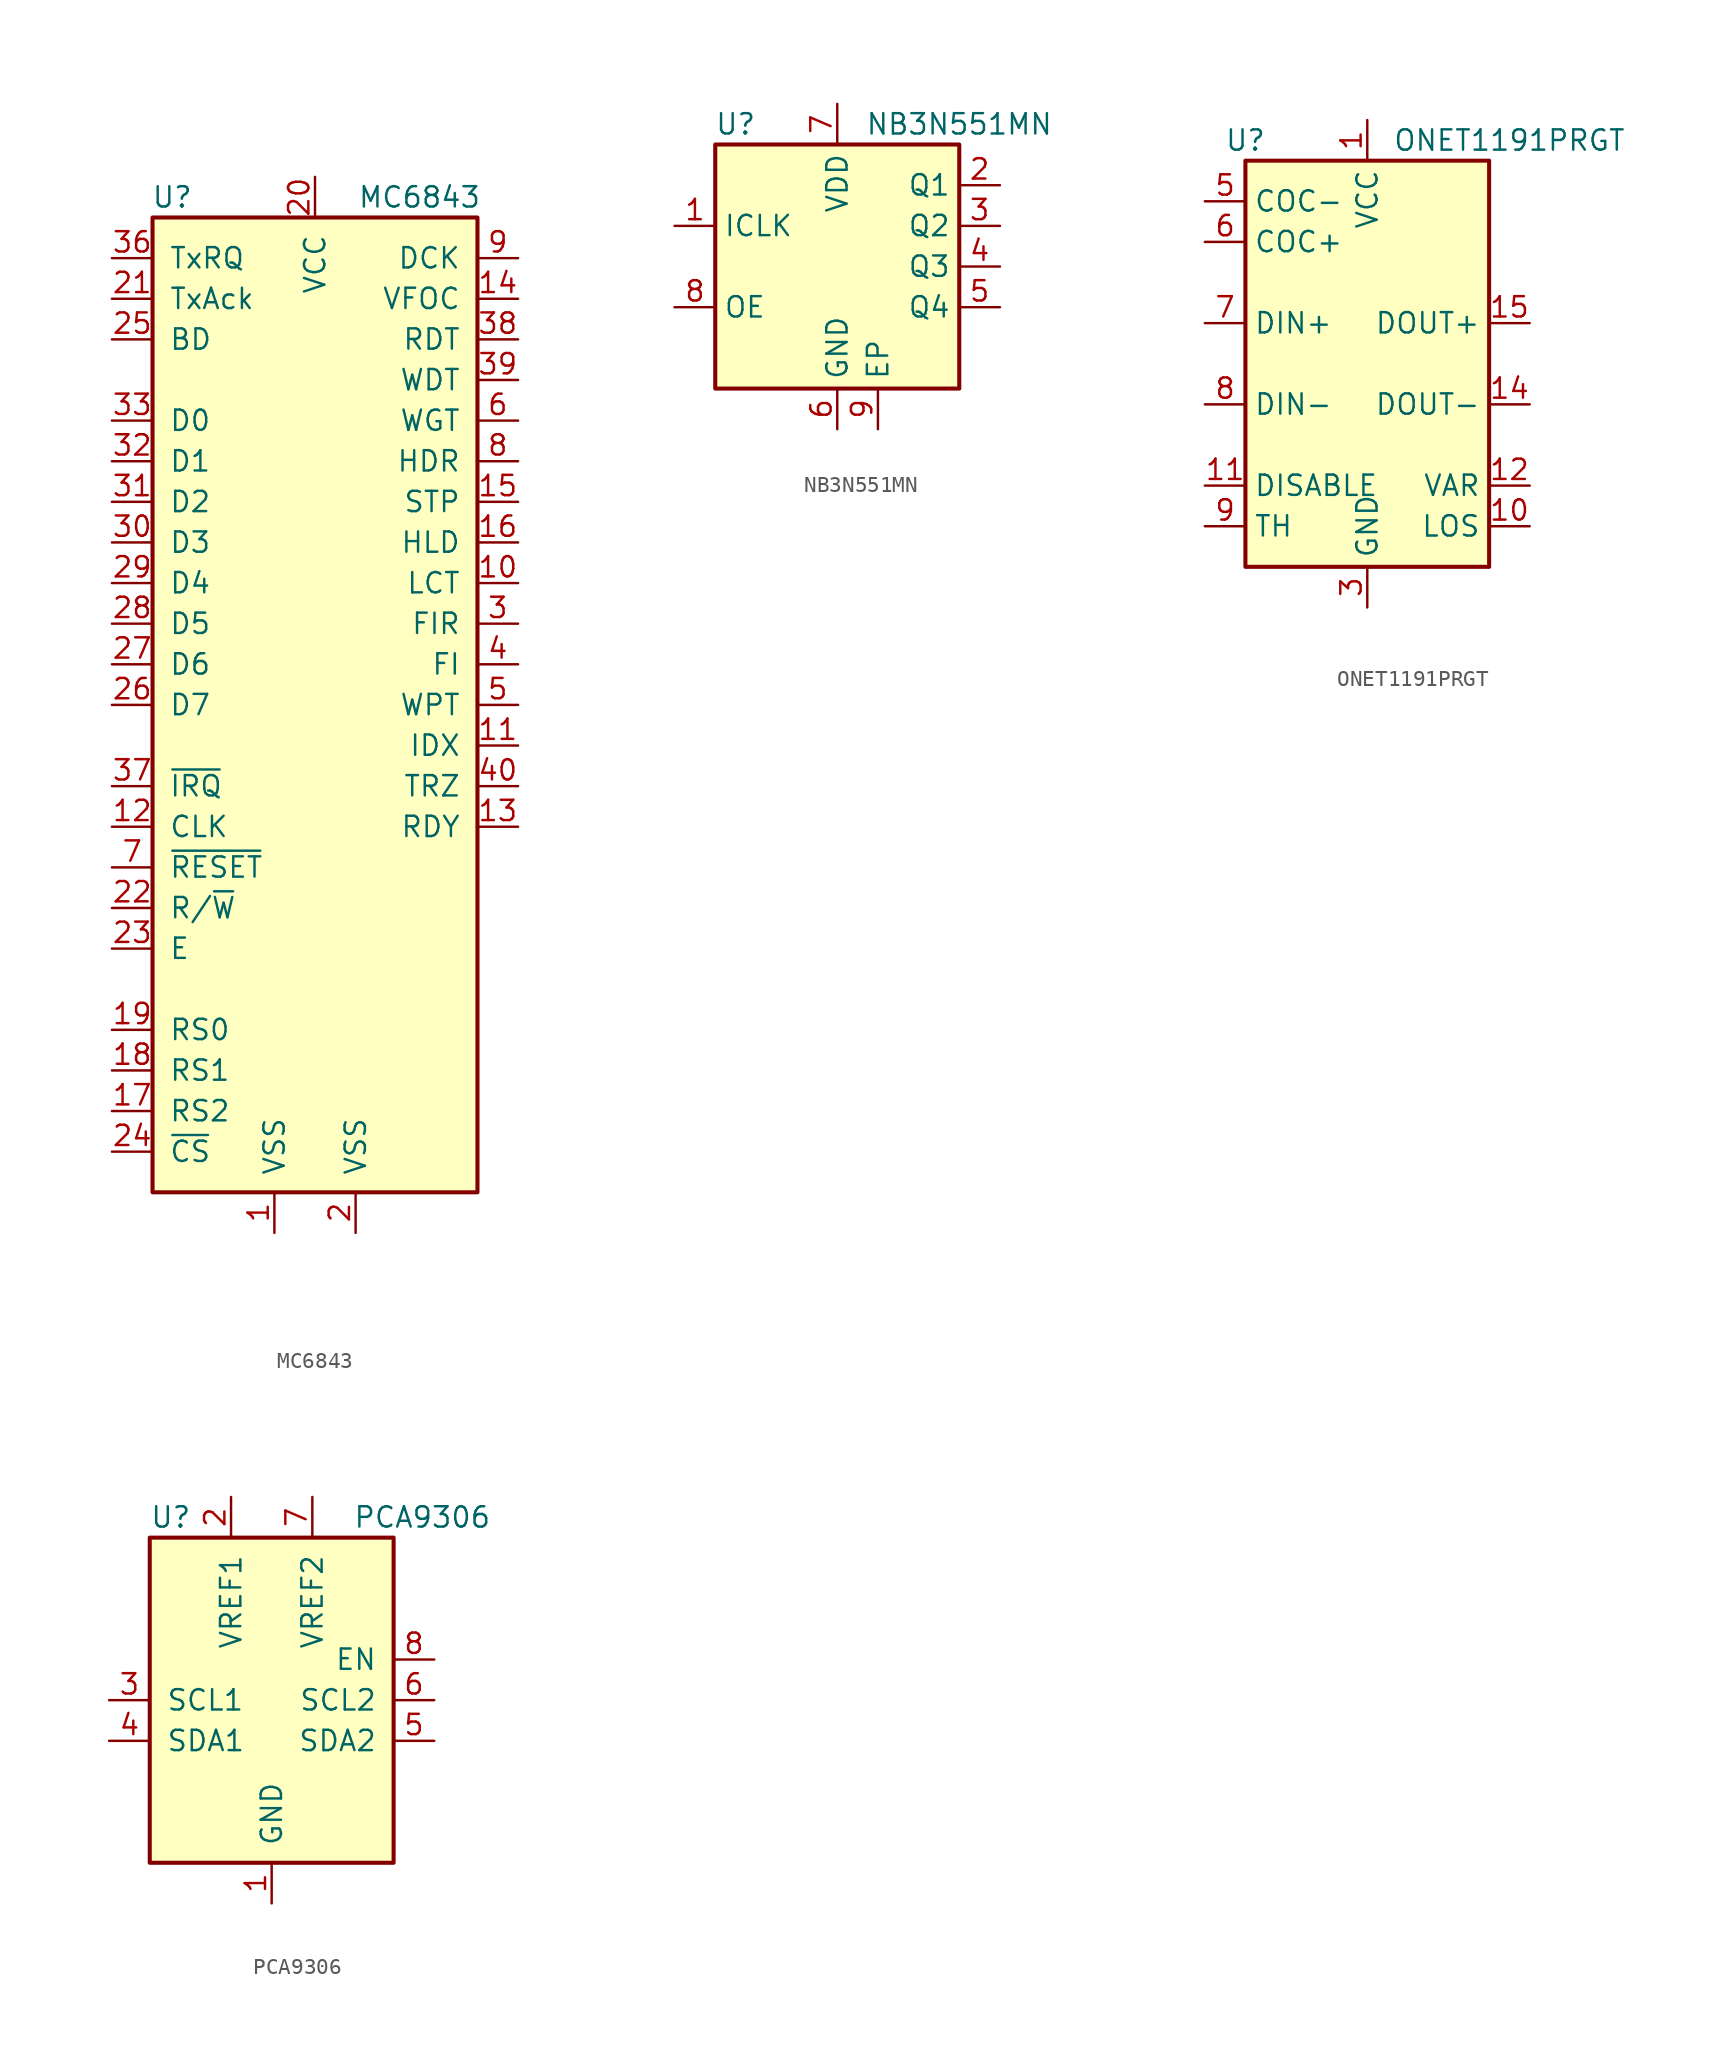
<source format=kicad_sym>
(kicad_symbol_lib
  (version 20201005)
  (generator kicad_symbol_editor)
  (symbol "MC6843"
    (pin_names
      (offset 1.016))
    (property "Reference" "U"
      (at -7.62 34.29 0)
      (effects (font (size 1.27 1.27)) (justify right)))
    (property "Value" "MC6843"
      (at 10.414 34.29 0)
      (effects (font (size 1.27 1.27)) (justify right)))
    (symbol "MC6843_0_1"
      (rectangle (start -10.16 -27.94) (end 10.16 33.02) (stroke (width 0.254)) (fill (type background))))
    (symbol "MC6843_1_1"
      (pin power_in line (at -2.54 -30.48 90) (length 2.54) (name "VSS" (effects (font (size 1.27 1.27)))) (number "1" (effects (font (size 1.27 1.27)))))
      (pin output line (at 12.7 10.16 180) (length 2.54) (name "LCT" (effects (font (size 1.27 1.27)))) (number "10" (effects (font (size 1.27 1.27)))))
      (pin input line (at 12.7 0 180) (length 2.54) (name "IDX" (effects (font (size 1.27 1.27)))) (number "11" (effects (font (size 1.27 1.27)))))
      (pin input line (at -12.7 -5.08 0) (length 2.54) (name "CLK" (effects (font (size 1.27 1.27)))) (number "12" (effects (font (size 1.27 1.27)))))
      (pin input line (at 12.7 -5.08 180) (length 2.54) (name "RDY" (effects (font (size 1.27 1.27)))) (number "13" (effects (font (size 1.27 1.27)))))
      (pin output line (at 12.7 27.94 180) (length 2.54) (name "VFOC" (effects (font (size 1.27 1.27)))) (number "14" (effects (font (size 1.27 1.27)))))
      (pin output line (at 12.7 15.24 180) (length 2.54) (name "STP" (effects (font (size 1.27 1.27)))) (number "15" (effects (font (size 1.27 1.27)))))
      (pin output line (at 12.7 12.7 180) (length 2.54) (name "HLD" (effects (font (size 1.27 1.27)))) (number "16" (effects (font (size 1.27 1.27)))))
      (pin input line (at -12.7 -22.86 0) (length 2.54) (name "RS2" (effects (font (size 1.27 1.27)))) (number "17" (effects (font (size 1.27 1.27)))))
      (pin input line (at -12.7 -20.32 0) (length 2.54) (name "RS1" (effects (font (size 1.27 1.27)))) (number "18" (effects (font (size 1.27 1.27)))))
      (pin input line (at -12.7 -17.78 0) (length 2.54) (name "RS0" (effects (font (size 1.27 1.27)))) (number "19" (effects (font (size 1.27 1.27)))))
      (pin power_in line (at 2.54 -30.48 90) (length 2.54) (name "VSS" (effects (font (size 1.27 1.27)))) (number "2" (effects (font (size 1.27 1.27)))))
      (pin power_in line (at 0 35.56 270) (length 2.54) (name "VCC" (effects (font (size 1.27 1.27)))) (number "20" (effects (font (size 1.27 1.27)))))
      (pin input line (at -12.7 27.94 0) (length 2.54) (name "TxAck" (effects (font (size 1.27 1.27)))) (number "21" (effects (font (size 1.27 1.27)))))
      (pin input line (at -12.7 -10.16 0) (length 2.54) (name "R/~W" (effects (font (size 1.27 1.27)))) (number "22" (effects (font (size 1.27 1.27)))))
      (pin input line (at -12.7 -12.7 0) (length 2.54) (name "E" (effects (font (size 1.27 1.27)))) (number "23" (effects (font (size 1.27 1.27)))))
      (pin input line (at -12.7 -25.4 0) (length 2.54) (name "~CS" (effects (font (size 1.27 1.27)))) (number "24" (effects (font (size 1.27 1.27)))))
      (pin output line (at -12.7 25.4 0) (length 2.54) (name "BD" (effects (font (size 1.27 1.27)))) (number "25" (effects (font (size 1.27 1.27)))))
      (pin bidirectional line (at -12.7 2.54 0) (length 2.54) (name "D7" (effects (font (size 1.27 1.27)))) (number "26" (effects (font (size 1.27 1.27)))))
      (pin bidirectional line (at -12.7 5.08 0) (length 2.54) (name "D6" (effects (font (size 1.27 1.27)))) (number "27" (effects (font (size 1.27 1.27)))))
      (pin bidirectional line (at -12.7 7.62 0) (length 2.54) (name "D5" (effects (font (size 1.27 1.27)))) (number "28" (effects (font (size 1.27 1.27)))))
      (pin bidirectional line (at -12.7 10.16 0) (length 2.54) (name "D4" (effects (font (size 1.27 1.27)))) (number "29" (effects (font (size 1.27 1.27)))))
      (pin output line (at 12.7 7.62 180) (length 2.54) (name "FIR" (effects (font (size 1.27 1.27)))) (number "3" (effects (font (size 1.27 1.27)))))
      (pin bidirectional line (at -12.7 12.7 0) (length 2.54) (name "D3" (effects (font (size 1.27 1.27)))) (number "30" (effects (font (size 1.27 1.27)))))
      (pin bidirectional line (at -12.7 15.24 0) (length 2.54) (name "D2" (effects (font (size 1.27 1.27)))) (number "31" (effects (font (size 1.27 1.27)))))
      (pin bidirectional line (at -12.7 17.78 0) (length 2.54) (name "D1" (effects (font (size 1.27 1.27)))) (number "32" (effects (font (size 1.27 1.27)))))
      (pin bidirectional line (at -12.7 20.32 0) (length 2.54) (name "D0" (effects (font (size 1.27 1.27)))) (number "33" (effects (font (size 1.27 1.27)))))
      (pin no_connect line (at 10.16 -17.78 180) (length 2.54) hide (name "NC" (effects (font (size 1.27 1.27)))) (number "34" (effects (font (size 1.27 1.27)))))
      (pin no_connect line (at 10.16 -20.32 180) (length 2.54) hide (name "NC" (effects (font (size 1.27 1.27)))) (number "35" (effects (font (size 1.27 1.27)))))
      (pin output line (at -12.7 30.48 0) (length 2.54) (name "TxRQ" (effects (font (size 1.27 1.27)))) (number "36" (effects (font (size 1.27 1.27)))))
      (pin open_collector line (at -12.7 -2.54 0) (length 2.54) (name "~IRQ" (effects (font (size 1.27 1.27)))) (number "37" (effects (font (size 1.27 1.27)))))
      (pin input line (at 12.7 25.4 180) (length 2.54) (name "RDT" (effects (font (size 1.27 1.27)))) (number "38" (effects (font (size 1.27 1.27)))))
      (pin output line (at 12.7 22.86 180) (length 2.54) (name "WDT" (effects (font (size 1.27 1.27)))) (number "39" (effects (font (size 1.27 1.27)))))
      (pin input line (at 12.7 5.08 180) (length 2.54) (name "FI" (effects (font (size 1.27 1.27)))) (number "4" (effects (font (size 1.27 1.27)))))
      (pin input line (at 12.7 -2.54 180) (length 2.54) (name "TRZ" (effects (font (size 1.27 1.27)))) (number "40" (effects (font (size 1.27 1.27)))))
      (pin input line (at 12.7 2.54 180) (length 2.54) (name "WPT" (effects (font (size 1.27 1.27)))) (number "5" (effects (font (size 1.27 1.27)))))
      (pin output line (at 12.7 20.32 180) (length 2.54) (name "WGT" (effects (font (size 1.27 1.27)))) (number "6" (effects (font (size 1.27 1.27)))))
      (pin input line (at -12.7 -7.62 0) (length 2.54) (name "~RESET" (effects (font (size 1.27 1.27)))) (number "7" (effects (font (size 1.27 1.27)))))
      (pin output line (at 12.7 17.78 180) (length 2.54) (name "HDR" (effects (font (size 1.27 1.27)))) (number "8" (effects (font (size 1.27 1.27)))))
      (pin input line (at 12.7 30.48 180) (length 2.54) (name "DCK" (effects (font (size 1.27 1.27)))) (number "9" (effects (font (size 1.27 1.27)))))))
  (symbol "NB3N551MN"
    (property "Reference" "U"
      (at -6.35 8.89 0)
      (effects (font (size 1.27 1.27))))
    (property "Value" "NB3N551MN"
      (at 7.62 8.89 0)
      (effects (font (size 1.27 1.27))))
    (symbol "NB3N551MN_0_1"
      (rectangle (start -7.62 7.62) (end 7.62 -7.62) (stroke (width 0.254)) (fill (type background))))
    (symbol "NB3N551MN_1_1"
      (pin input line (at -10.16 2.54 0) (length 2.54) (name "ICLK" (effects (font (size 1.27 1.27)))) (number "1" (effects (font (size 1.27 1.27)))))
      (pin output line (at 10.16 5.08 180) (length 2.54) (name "Q1" (effects (font (size 1.27 1.27)))) (number "2" (effects (font (size 1.27 1.27)))))
      (pin output line (at 10.16 2.54 180) (length 2.54) (name "Q2" (effects (font (size 1.27 1.27)))) (number "3" (effects (font (size 1.27 1.27)))))
      (pin output line (at 10.16 0 180) (length 2.54) (name "Q3" (effects (font (size 1.27 1.27)))) (number "4" (effects (font (size 1.27 1.27)))))
      (pin output line (at 10.16 -2.54 180) (length 2.54) (name "Q4" (effects (font (size 1.27 1.27)))) (number "5" (effects (font (size 1.27 1.27)))))
      (pin power_in line (at 0 -10.16 90) (length 2.54) (name "GND" (effects (font (size 1.27 1.27)))) (number "6" (effects (font (size 1.27 1.27)))))
      (pin power_in line (at 0 10.16 270) (length 2.54) (name "VDD" (effects (font (size 1.27 1.27)))) (number "7" (effects (font (size 1.27 1.27)))))
      (pin input line (at -10.16 -2.54 0) (length 2.54) (name "OE" (effects (font (size 1.27 1.27)))) (number "8" (effects (font (size 1.27 1.27)))))
      (pin passive line (at 2.54 -10.16 90) (length 2.54) (name "EP" (effects (font (size 1.27 1.27)))) (number "9" (effects (font (size 1.27 1.27)))))))
  (symbol "ONET1191PRGT"
    (property "Reference" "U"
      (at -7.62 13.97 0)
      (effects (font (size 1.27 1.27))))
    (property "Value" "ONET1191PRGT"
      (at 8.89 13.97 0)
      (effects (font (size 1.27 1.27))))
    (symbol "ONET1191PRGT_0_1"
      (rectangle (start -7.62 12.7) (end 7.62 -12.7) (stroke (width 0.254)) (fill (type background))))
    (symbol "ONET1191PRGT_1_1"
      (pin power_in line (at 0 15.24 270) (length 2.54) (name "VCC" (effects (font (size 1.27 1.27)))) (number "1" (effects (font (size 1.27 1.27)))))
      (pin open_collector line (at 10.16 -10.16 180) (length 2.54) (name "LOS" (effects (font (size 1.27 1.27)))) (number "10" (effects (font (size 1.27 1.27)))))
      (pin input line (at -10.16 -7.62 0) (length 2.54) (name "DISABLE" (effects (font (size 1.27 1.27)))) (number "11" (effects (font (size 1.27 1.27)))))
      (pin input line (at 10.16 -7.62 180) (length 2.54) (name "VAR" (effects (font (size 1.27 1.27)))) (number "12" (effects (font (size 1.27 1.27)))))
      (pin passive line (at 0 -15.24 90) (length 2.54) hide (name "GND" (effects (font (size 1.27 1.27)))) (number "13" (effects (font (size 1.27 1.27)))))
      (pin output line (at 10.16 -2.54 180) (length 2.54) (name "DOUT-" (effects (font (size 1.27 1.27)))) (number "14" (effects (font (size 1.27 1.27)))))
      (pin output line (at 10.16 2.54 180) (length 2.54) (name "DOUT+" (effects (font (size 1.27 1.27)))) (number "15" (effects (font (size 1.27 1.27)))))
      (pin passive line (at 0 -15.24 90) (length 2.54) hide (name "GND" (effects (font (size 1.27 1.27)))) (number "16" (effects (font (size 1.27 1.27)))))
      (pin passive line (at 0 -15.24 90) (length 2.54) hide (name "GND" (effects (font (size 1.27 1.27)))) (number "17" (effects (font (size 1.27 1.27)))))
      (pin passive line (at 0 15.24 270) (length 2.54) hide (name "VCC" (effects (font (size 1.27 1.27)))) (number "2" (effects (font (size 1.27 1.27)))))
      (pin power_in line (at 0 -15.24 90) (length 2.54) (name "GND" (effects (font (size 1.27 1.27)))) (number "3" (effects (font (size 1.27 1.27)))))
      (pin passive line (at 0 -15.24 90) (length 2.54) hide (name "GND" (effects (font (size 1.27 1.27)))) (number "4" (effects (font (size 1.27 1.27)))))
      (pin passive line (at -10.16 10.16 0) (length 2.54) (name "COC-" (effects (font (size 1.27 1.27)))) (number "5" (effects (font (size 1.27 1.27)))))
      (pin passive line (at -10.16 7.62 0) (length 2.54) (name "COC+" (effects (font (size 1.27 1.27)))) (number "6" (effects (font (size 1.27 1.27)))))
      (pin input line (at -10.16 2.54 0) (length 2.54) (name "DIN+" (effects (font (size 1.27 1.27)))) (number "7" (effects (font (size 1.27 1.27)))))
      (pin input line (at -10.16 -2.54 0) (length 2.54) (name "DIN-" (effects (font (size 1.27 1.27)))) (number "8" (effects (font (size 1.27 1.27)))))
      (pin input line (at -10.16 -10.16 0) (length 2.54) (name "TH" (effects (font (size 1.27 1.27)))) (number "9" (effects (font (size 1.27 1.27)))))))
  (symbol "PCA9306"
    (pin_names
      (offset 1.016))
    (property "Reference" "U"
      (at -7.62 11.43 0)
      (effects (font (size 1.27 1.27)) (justify left)))
    (property "Value" "PCA9306"
      (at 5.08 11.43 0)
      (effects (font (size 1.27 1.27)) (justify left)))
    (symbol "PCA9306_0_1"
      (rectangle (start -7.62 10.16) (end 7.62 -10.16) (stroke (width 0.254)) (fill (type background))))
    (symbol "PCA9306_1_1"
      (pin power_in line (at 0 -12.7 90) (length 2.54) (name "GND" (effects (font (size 1.27 1.27)))) (number "1" (effects (font (size 1.27 1.27)))))
      (pin power_in line (at -2.54 12.7 270) (length 2.54) (name "VREF1" (effects (font (size 1.27 1.27)))) (number "2" (effects (font (size 1.27 1.27)))))
      (pin bidirectional line (at -10.16 0 0) (length 2.54) (name "SCL1" (effects (font (size 1.27 1.27)))) (number "3" (effects (font (size 1.27 1.27)))))
      (pin bidirectional line (at -10.16 -2.54 0) (length 2.54) (name "SDA1" (effects (font (size 1.27 1.27)))) (number "4" (effects (font (size 1.27 1.27)))))
      (pin bidirectional line (at 10.16 -2.54 180) (length 2.54) (name "SDA2" (effects (font (size 1.27 1.27)))) (number "5" (effects (font (size 1.27 1.27)))))
      (pin bidirectional line (at 10.16 0 180) (length 2.54) (name "SCL2" (effects (font (size 1.27 1.27)))) (number "6" (effects (font (size 1.27 1.27)))))
      (pin power_in line (at 2.54 12.7 270) (length 2.54) (name "VREF2" (effects (font (size 1.27 1.27)))) (number "7" (effects (font (size 1.27 1.27)))))
      (pin input line (at 10.16 2.54 180) (length 2.54) (name "EN" (effects (font (size 1.27 1.27)))) (number "8" (effects (font (size 1.27 1.27))))))))
</source>
